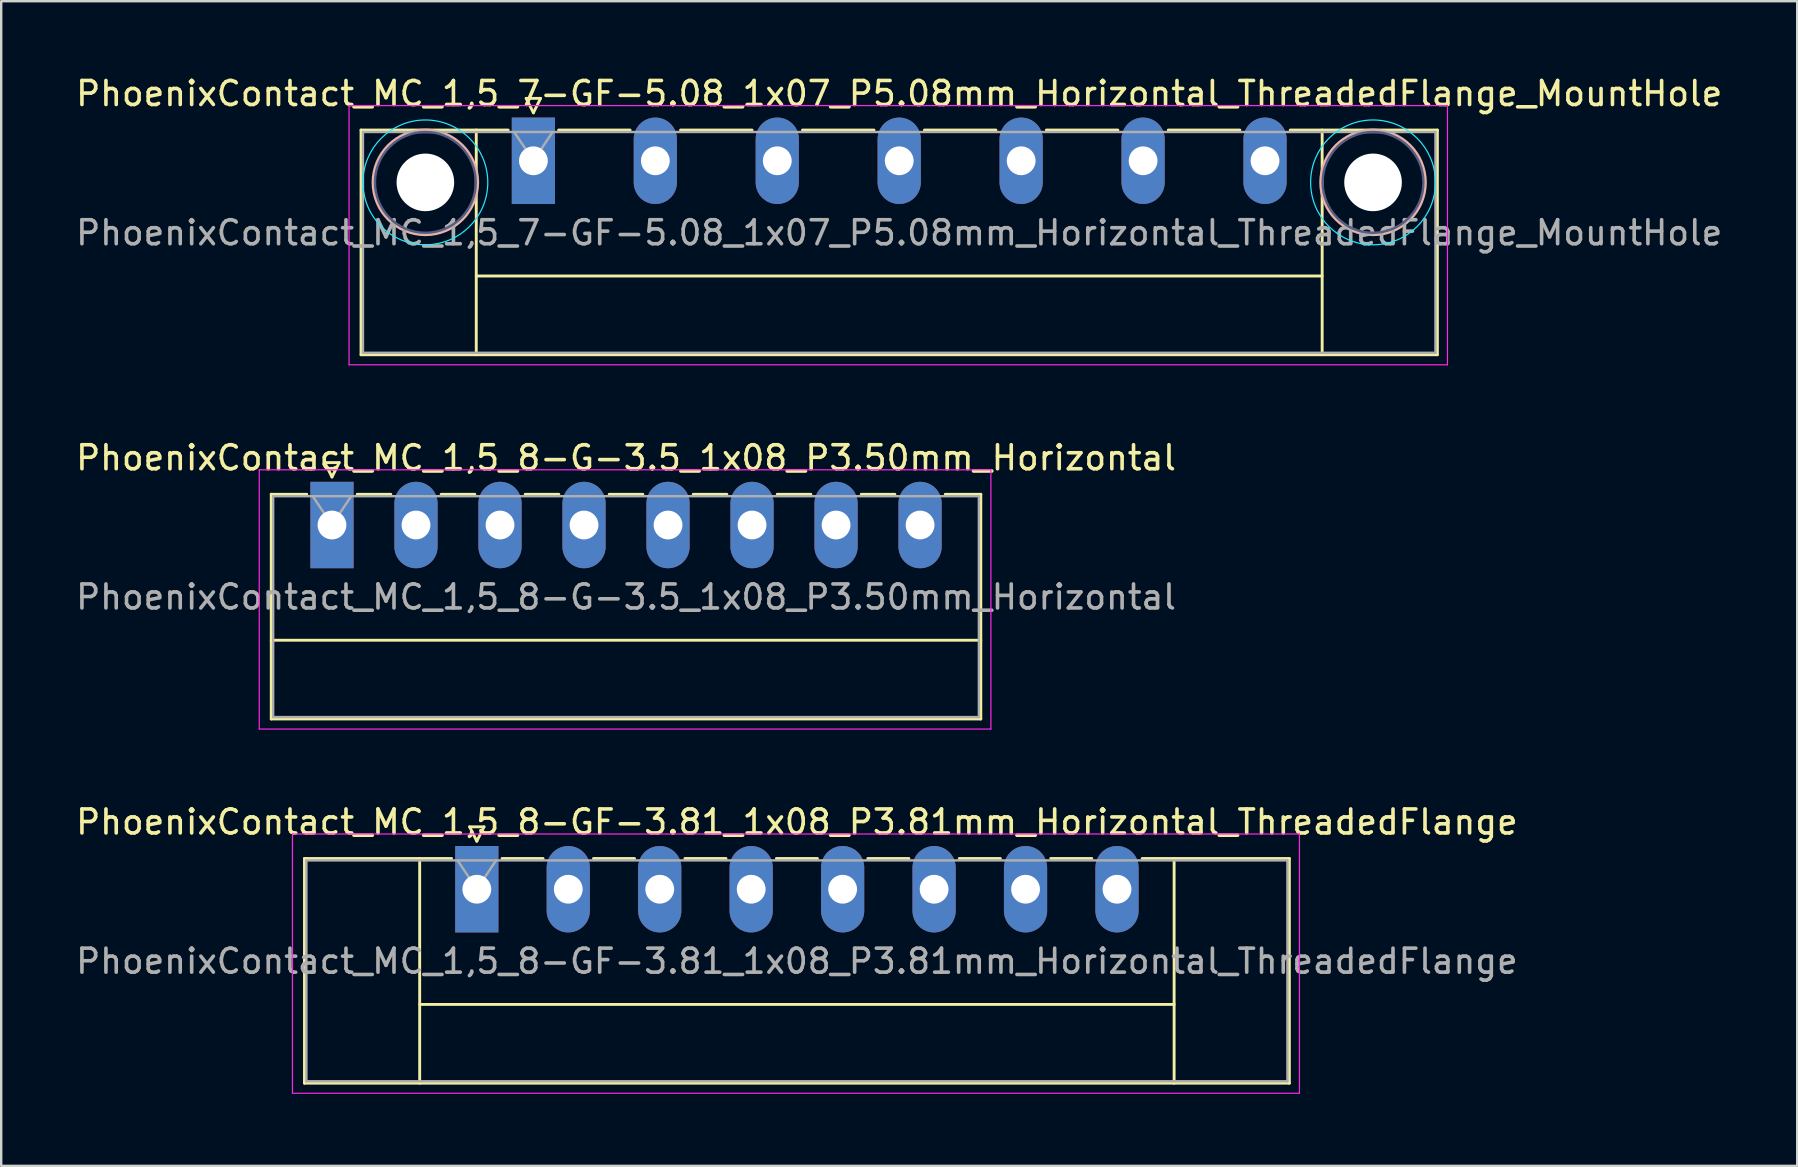
<source format=kicad_pcb>
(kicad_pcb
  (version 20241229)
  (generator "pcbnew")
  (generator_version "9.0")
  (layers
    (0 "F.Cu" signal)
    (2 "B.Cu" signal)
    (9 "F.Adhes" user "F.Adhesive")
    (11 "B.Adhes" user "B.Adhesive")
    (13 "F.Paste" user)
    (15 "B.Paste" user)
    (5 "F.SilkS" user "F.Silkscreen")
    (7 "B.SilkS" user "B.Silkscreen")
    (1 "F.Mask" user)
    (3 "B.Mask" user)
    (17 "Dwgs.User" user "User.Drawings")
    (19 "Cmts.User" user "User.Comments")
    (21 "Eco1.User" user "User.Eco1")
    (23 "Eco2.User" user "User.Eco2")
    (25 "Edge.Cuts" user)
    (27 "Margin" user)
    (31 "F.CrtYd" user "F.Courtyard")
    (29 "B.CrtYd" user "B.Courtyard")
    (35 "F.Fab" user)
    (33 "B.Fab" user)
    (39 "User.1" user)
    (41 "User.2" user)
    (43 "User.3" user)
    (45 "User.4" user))
  (footprint "PhoenixContact_MC_1,5_7-GF-5.08_1x07_P5.08mm_Horizontal_ThreadedFlange_MountHole"
    (layer "F.Cu")
    (at 19.171 3.648)
    (property "Reference" "PhoenixContact_MC_1,5_7-GF-5.08_1x07_P5.08mm_Horizontal_ThreadedFlange_MountHole" (at 15.24 -2.8 0) (layer "F.SilkS") (effects (font (size 1 1) (thickness 0.15))))
    (attr through_hole)
    (fp_line (start -7.18 -1.28) (end -7.18 8.08) (stroke (width 0.12) (type solid)) (layer "F.SilkS"))
    (fp_line (start -7.18 -1.28) (end -1.05 -1.28) (stroke (width 0.12) (type solid)) (layer "F.SilkS"))
    (fp_line (start -7.18 8.08) (end 37.66 8.08) (stroke (width 0.12) (type solid)) (layer "F.SilkS"))
    (fp_line (start -2.38 -1.28) (end -2.38 8.08) (stroke (width 0.12) (type solid)) (layer "F.SilkS"))
    (fp_line (start -2.38 4.8) (end 32.86 4.8) (stroke (width 0.12) (type solid)) (layer "F.SilkS"))
    (fp_line (start -0.3 -2.6) (end 0.3 -2.6) (stroke (width 0.12) (type solid)) (layer "F.SilkS"))
    (fp_line (start 0 -2) (end -0.3 -2.6) (stroke (width 0.12) (type solid)) (layer "F.SilkS"))
    (fp_line (start 0.3 -2.6) (end 0 -2) (stroke (width 0.12) (type solid)) (layer "F.SilkS"))
    (fp_line (start 1.05 -1.28) (end 4.03 -1.28) (stroke (width 0.12) (type solid)) (layer "F.SilkS"))
    (fp_line (start 6.13 -1.28) (end 9.11 -1.28) (stroke (width 0.12) (type solid)) (layer "F.SilkS"))
    (fp_line (start 11.21 -1.28) (end 14.19 -1.28) (stroke (width 0.12) (type solid)) (layer "F.SilkS"))
    (fp_line (start 16.29 -1.28) (end 19.27 -1.28) (stroke (width 0.12) (type solid)) (layer "F.SilkS"))
    (fp_line (start 21.37 -1.28) (end 24.35 -1.28) (stroke (width 0.12) (type solid)) (layer "F.SilkS"))
    (fp_line (start 26.45 -1.28) (end 29.43 -1.28) (stroke (width 0.12) (type solid)) (layer "F.SilkS"))
    (fp_line (start 32.86 -1.28) (end 32.86 8.08) (stroke (width 0.12) (type solid)) (layer "F.SilkS"))
    (fp_line (start 37.66 -1.28) (end 31.53 -1.28) (stroke (width 0.12) (type solid)) (layer "F.SilkS"))
    (fp_line (start 37.66 8.08) (end 37.66 -1.28) (stroke (width 0.12) (type solid)) (layer "F.SilkS"))
    (fp_circle (center -4.5 0.9) (end -2.32 0.9) (stroke (width 0.12) (type solid)) (fill no) (layer "B.SilkS"))
    (fp_circle (center 34.98 0.9) (end 37.16 0.9) (stroke (width 0.12) (type solid)) (fill no) (layer "B.SilkS"))
    (fp_circle (center -4.5 0.9) (end -1.9 0.9) (stroke (width 0.05) (type solid)) (fill no) (layer "B.CrtYd"))
    (fp_circle (center 34.98 0.9) (end 37.58 0.9) (stroke (width 0.05) (type solid)) (fill no) (layer "B.CrtYd"))
    (fp_line (start -7.68 -2.3) (end -7.68 8.5) (stroke (width 0.05) (type solid)) (layer "F.CrtYd"))
    (fp_line (start -7.68 8.5) (end 38.08 8.5) (stroke (width 0.05) (type solid)) (layer "F.CrtYd"))
    (fp_line (start 38.08 -2.3) (end -7.68 -2.3) (stroke (width 0.05) (type solid)) (layer "F.CrtYd"))
    (fp_line (start 38.08 8.5) (end 38.08 -2.3) (stroke (width 0.05) (type solid)) (layer "F.CrtYd"))
    (fp_circle (center -4.5 0.9) (end -2.4 0.9) (stroke (width 0.1) (type solid)) (fill no) (layer "B.Fab"))
    (fp_circle (center 34.98 0.9) (end 37.08 0.9) (stroke (width 0.1) (type solid)) (fill no) (layer "B.Fab"))
    (fp_line (start -7.1 -1.2) (end -7.1 8) (stroke (width 0.1) (type solid)) (layer "F.Fab"))
    (fp_line (start -7.1 8) (end 37.58 8) (stroke (width 0.1) (type solid)) (layer "F.Fab"))
    (fp_line (start 0 0) (end -0.8 -1.2) (stroke (width 0.1) (type solid)) (layer "F.Fab"))
    (fp_line (start 0.8 -1.2) (end 0 0) (stroke (width 0.1) (type solid)) (layer "F.Fab"))
    (fp_line (start 37.58 -1.2) (end -7.1 -1.2) (stroke (width 0.1) (type solid)) (layer "F.Fab"))
    (fp_line (start 37.58 8) (end 37.58 -1.2) (stroke (width 0.1) (type solid)) (layer "F.Fab"))
    (fp_text user "${REFERENCE}" (at 15.24 3 0) (layer "F.Fab") (effects (font (size 1 1) (thickness 0.15))))
    (pad "" np_thru_hole circle (at -4.5 0.9) (size 2.4 2.4) (drill 2.4) (layers "*.Cu" "*.Mask"))
    (pad "" np_thru_hole circle (at 34.98 0.9) (size 2.4 2.4) (drill 2.4) (layers "*.Cu" "*.Mask"))
    (pad "1" thru_hole rect (at 0 0) (size 1.8 3.6) (drill 1.2) (layers "*.Cu" "*.Mask"))
    (pad "2" thru_hole oval (at 5.08 0) (size 1.8 3.6) (drill 1.2) (layers "*.Cu" "*.Mask"))
    (pad "3" thru_hole oval (at 10.16 0) (size 1.8 3.6) (drill 1.2) (layers "*.Cu" "*.Mask"))
    (pad "4" thru_hole oval (at 15.24 0) (size 1.8 3.6) (drill 1.2) (layers "*.Cu" "*.Mask"))
    (pad "5" thru_hole oval (at 20.32 0) (size 1.8 3.6) (drill 1.2) (layers "*.Cu" "*.Mask"))
    (pad "6" thru_hole oval (at 25.4 0) (size 1.8 3.6) (drill 1.2) (layers "*.Cu" "*.Mask"))
    (pad "7" thru_hole oval (at 30.48 0) (size 1.8 3.6) (drill 1.2) (layers "*.Cu" "*.Mask")))
  (footprint "PhoenixContact_MC_1,5_8-GF-3.81_1x08_P3.81mm_Horizontal_ThreadedFlange"
    (layer "F.Cu")
    (at 16.814 33.995)
    (property "Reference" "PhoenixContact_MC_1,5_8-GF-3.81_1x08_P3.81mm_Horizontal_ThreadedFlange" (at 13.335 -2.8 0) (layer "F.SilkS") (effects (font (size 1 1) (thickness 0.15))))
    (attr through_hole)
    (fp_line (start -7.18 -1.28) (end -7.18 8.08) (stroke (width 0.12) (type solid)) (layer "F.SilkS"))
    (fp_line (start -7.18 -1.28) (end -1.05 -1.28) (stroke (width 0.12) (type solid)) (layer "F.SilkS"))
    (fp_line (start -7.18 8.08) (end 33.85 8.08) (stroke (width 0.12) (type solid)) (layer "F.SilkS"))
    (fp_line (start -2.38 -1.28) (end -2.38 8.08) (stroke (width 0.12) (type solid)) (layer "F.SilkS"))
    (fp_line (start -2.38 4.8) (end 29.05 4.8) (stroke (width 0.12) (type solid)) (layer "F.SilkS"))
    (fp_line (start -0.3 -2.6) (end 0.3 -2.6) (stroke (width 0.12) (type solid)) (layer "F.SilkS"))
    (fp_line (start 0 -2) (end -0.3 -2.6) (stroke (width 0.12) (type solid)) (layer "F.SilkS"))
    (fp_line (start 0.3 -2.6) (end 0 -2) (stroke (width 0.12) (type solid)) (layer "F.SilkS"))
    (fp_line (start 1.05 -1.28) (end 2.76 -1.28) (stroke (width 0.12) (type solid)) (layer "F.SilkS"))
    (fp_line (start 4.86 -1.28) (end 6.57 -1.28) (stroke (width 0.12) (type solid)) (layer "F.SilkS"))
    (fp_line (start 8.67 -1.28) (end 10.38 -1.28) (stroke (width 0.12) (type solid)) (layer "F.SilkS"))
    (fp_line (start 12.48 -1.28) (end 14.19 -1.28) (stroke (width 0.12) (type solid)) (layer "F.SilkS"))
    (fp_line (start 16.29 -1.28) (end 18 -1.28) (stroke (width 0.12) (type solid)) (layer "F.SilkS"))
    (fp_line (start 20.1 -1.28) (end 21.81 -1.28) (stroke (width 0.12) (type solid)) (layer "F.SilkS"))
    (fp_line (start 23.91 -1.28) (end 25.62 -1.28) (stroke (width 0.12) (type solid)) (layer "F.SilkS"))
    (fp_line (start 29.05 -1.28) (end 29.05 8.08) (stroke (width 0.12) (type solid)) (layer "F.SilkS"))
    (fp_line (start 33.85 -1.28) (end 27.72 -1.28) (stroke (width 0.12) (type solid)) (layer "F.SilkS"))
    (fp_line (start 33.85 8.08) (end 33.85 -1.28) (stroke (width 0.12) (type solid)) (layer "F.SilkS"))
    (fp_line (start -7.68 -2.3) (end -7.68 8.5) (stroke (width 0.05) (type solid)) (layer "F.CrtYd"))
    (fp_line (start -7.68 8.5) (end 34.27 8.5) (stroke (width 0.05) (type solid)) (layer "F.CrtYd"))
    (fp_line (start 34.27 -2.3) (end -7.68 -2.3) (stroke (width 0.05) (type solid)) (layer "F.CrtYd"))
    (fp_line (start 34.27 8.5) (end 34.27 -2.3) (stroke (width 0.05) (type solid)) (layer "F.CrtYd"))
    (fp_line (start -7.1 -1.2) (end -7.1 8) (stroke (width 0.1) (type solid)) (layer "F.Fab"))
    (fp_line (start -7.1 8) (end 33.77 8) (stroke (width 0.1) (type solid)) (layer "F.Fab"))
    (fp_line (start 0 0) (end -0.8 -1.2) (stroke (width 0.1) (type solid)) (layer "F.Fab"))
    (fp_line (start 0.8 -1.2) (end 0 0) (stroke (width 0.1) (type solid)) (layer "F.Fab"))
    (fp_line (start 33.77 -1.2) (end -7.1 -1.2) (stroke (width 0.1) (type solid)) (layer "F.Fab"))
    (fp_line (start 33.77 8) (end 33.77 -1.2) (stroke (width 0.1) (type solid)) (layer "F.Fab"))
    (fp_text user "${REFERENCE}" (at 13.335 3 0) (layer "F.Fab") (effects (font (size 1 1) (thickness 0.15))))
    (pad "1" thru_hole rect (at 0 0) (size 1.8 3.6) (drill 1.2) (layers "*.Cu" "*.Mask"))
    (pad "2" thru_hole oval (at 3.81 0) (size 1.8 3.6) (drill 1.2) (layers "*.Cu" "*.Mask"))
    (pad "3" thru_hole oval (at 7.62 0) (size 1.8 3.6) (drill 1.2) (layers "*.Cu" "*.Mask"))
    (pad "4" thru_hole oval (at 11.43 0) (size 1.8 3.6) (drill 1.2) (layers "*.Cu" "*.Mask"))
    (pad "5" thru_hole oval (at 15.24 0) (size 1.8 3.6) (drill 1.2) (layers "*.Cu" "*.Mask"))
    (pad "6" thru_hole oval (at 19.05 0) (size 1.8 3.6) (drill 1.2) (layers "*.Cu" "*.Mask"))
    (pad "7" thru_hole oval (at 22.86 0) (size 1.8 3.6) (drill 1.2) (layers "*.Cu" "*.Mask"))
    (pad "8" thru_hole oval (at 26.67 0) (size 1.8 3.6) (drill 1.2) (layers "*.Cu" "*.Mask")))
  (footprint "PhoenixContact_MC_1,5_8-G-3.5_1x08_P3.50mm_Horizontal"
    (layer "F.Cu")
    (at 10.78 18.822)
    (property "Reference" "PhoenixContact_MC_1,5_8-G-3.5_1x08_P3.50mm_Horizontal" (at 12.25 -2.8 0) (layer "F.SilkS") (effects (font (size 1 1) (thickness 0.15))))
    (attr through_hole)
    (fp_line (start -2.53 -1.28) (end -2.53 8.08) (stroke (width 0.12) (type solid)) (layer "F.SilkS"))
    (fp_line (start -2.53 -1.28) (end -1.05 -1.28) (stroke (width 0.12) (type solid)) (layer "F.SilkS"))
    (fp_line (start -2.53 4.8) (end 27.03 4.8) (stroke (width 0.12) (type solid)) (layer "F.SilkS"))
    (fp_line (start -2.53 8.08) (end 27.03 8.08) (stroke (width 0.12) (type solid)) (layer "F.SilkS"))
    (fp_line (start -0.3 -2.6) (end 0.3 -2.6) (stroke (width 0.12) (type solid)) (layer "F.SilkS"))
    (fp_line (start 0 -2) (end -0.3 -2.6) (stroke (width 0.12) (type solid)) (layer "F.SilkS"))
    (fp_line (start 0.3 -2.6) (end 0 -2) (stroke (width 0.12) (type solid)) (layer "F.SilkS"))
    (fp_line (start 1.05 -1.28) (end 2.45 -1.28) (stroke (width 0.12) (type solid)) (layer "F.SilkS"))
    (fp_line (start 4.55 -1.28) (end 5.95 -1.28) (stroke (width 0.12) (type solid)) (layer "F.SilkS"))
    (fp_line (start 8.05 -1.28) (end 9.45 -1.28) (stroke (width 0.12) (type solid)) (layer "F.SilkS"))
    (fp_line (start 11.55 -1.28) (end 12.95 -1.28) (stroke (width 0.12) (type solid)) (layer "F.SilkS"))
    (fp_line (start 15.05 -1.28) (end 16.45 -1.28) (stroke (width 0.12) (type solid)) (layer "F.SilkS"))
    (fp_line (start 18.55 -1.28) (end 19.95 -1.28) (stroke (width 0.12) (type solid)) (layer "F.SilkS"))
    (fp_line (start 22.05 -1.28) (end 23.45 -1.28) (stroke (width 0.12) (type solid)) (layer "F.SilkS"))
    (fp_line (start 27.03 -1.28) (end 25.55 -1.28) (stroke (width 0.12) (type solid)) (layer "F.SilkS"))
    (fp_line (start 27.03 8.08) (end 27.03 -1.28) (stroke (width 0.12) (type solid)) (layer "F.SilkS"))
    (fp_line (start -3.03 -2.3) (end -3.03 8.5) (stroke (width 0.05) (type solid)) (layer "F.CrtYd"))
    (fp_line (start -3.03 8.5) (end 27.45 8.5) (stroke (width 0.05) (type solid)) (layer "F.CrtYd"))
    (fp_line (start 27.45 -2.3) (end -3.03 -2.3) (stroke (width 0.05) (type solid)) (layer "F.CrtYd"))
    (fp_line (start 27.45 8.5) (end 27.45 -2.3) (stroke (width 0.05) (type solid)) (layer "F.CrtYd"))
    (fp_line (start -2.45 -1.2) (end -2.45 8) (stroke (width 0.1) (type solid)) (layer "F.Fab"))
    (fp_line (start -2.45 8) (end 26.95 8) (stroke (width 0.1) (type solid)) (layer "F.Fab"))
    (fp_line (start 0 0) (end -0.8 -1.2) (stroke (width 0.1) (type solid)) (layer "F.Fab"))
    (fp_line (start 0.8 -1.2) (end 0 0) (stroke (width 0.1) (type solid)) (layer "F.Fab"))
    (fp_line (start 26.95 -1.2) (end -2.45 -1.2) (stroke (width 0.1) (type solid)) (layer "F.Fab"))
    (fp_line (start 26.95 8) (end 26.95 -1.2) (stroke (width 0.1) (type solid)) (layer "F.Fab"))
    (fp_text user "${REFERENCE}" (at 12.25 3 0) (layer "F.Fab") (effects (font (size 1 1) (thickness 0.15))))
    (pad "1" thru_hole rect (at 0 0) (size 1.8 3.6) (drill 1.2) (layers "*.Cu" "*.Mask"))
    (pad "2" thru_hole oval (at 3.5 0) (size 1.8 3.6) (drill 1.2) (layers "*.Cu" "*.Mask"))
    (pad "3" thru_hole oval (at 7 0) (size 1.8 3.6) (drill 1.2) (layers "*.Cu" "*.Mask"))
    (pad "4" thru_hole oval (at 10.5 0) (size 1.8 3.6) (drill 1.2) (layers "*.Cu" "*.Mask"))
    (pad "5" thru_hole oval (at 14 0) (size 1.8 3.6) (drill 1.2) (layers "*.Cu" "*.Mask"))
    (pad "6" thru_hole oval (at 17.5 0) (size 1.8 3.6) (drill 1.2) (layers "*.Cu" "*.Mask"))
    (pad "7" thru_hole oval (at 21 0) (size 1.8 3.6) (drill 1.2) (layers "*.Cu" "*.Mask"))
    (pad "8" thru_hole oval (at 24.5 0) (size 1.8 3.6) (drill 1.2) (layers "*.Cu" "*.Mask")))
  (gr_rect
    (start -3 -3)
    (end 71.821 45.52)
    (stroke (width 0.1) (type default))
    (fill no)
    (layer "Edge.Cuts")))
</source>
